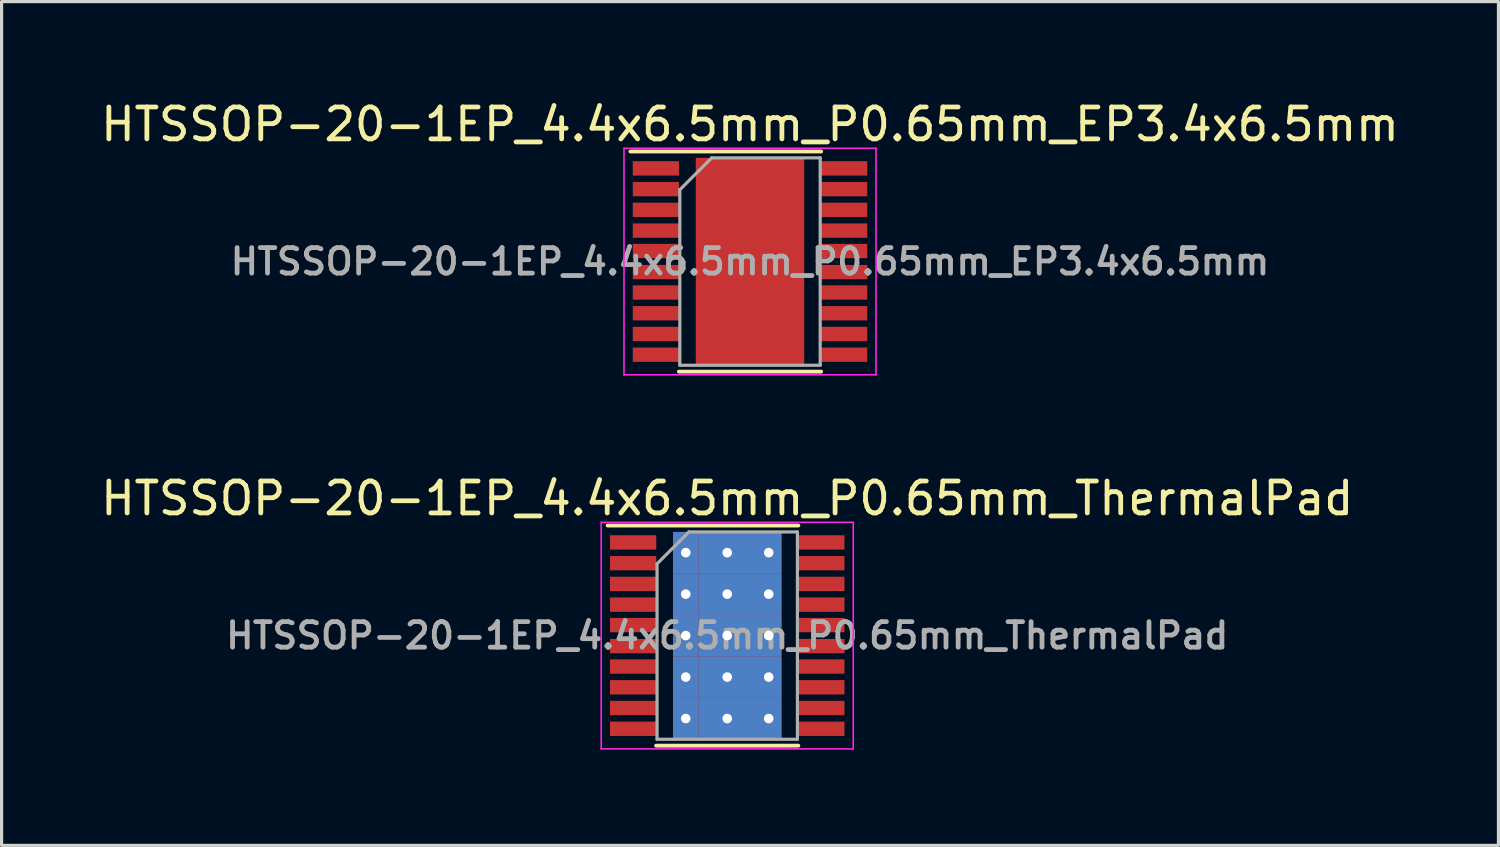
<source format=kicad_pcb>
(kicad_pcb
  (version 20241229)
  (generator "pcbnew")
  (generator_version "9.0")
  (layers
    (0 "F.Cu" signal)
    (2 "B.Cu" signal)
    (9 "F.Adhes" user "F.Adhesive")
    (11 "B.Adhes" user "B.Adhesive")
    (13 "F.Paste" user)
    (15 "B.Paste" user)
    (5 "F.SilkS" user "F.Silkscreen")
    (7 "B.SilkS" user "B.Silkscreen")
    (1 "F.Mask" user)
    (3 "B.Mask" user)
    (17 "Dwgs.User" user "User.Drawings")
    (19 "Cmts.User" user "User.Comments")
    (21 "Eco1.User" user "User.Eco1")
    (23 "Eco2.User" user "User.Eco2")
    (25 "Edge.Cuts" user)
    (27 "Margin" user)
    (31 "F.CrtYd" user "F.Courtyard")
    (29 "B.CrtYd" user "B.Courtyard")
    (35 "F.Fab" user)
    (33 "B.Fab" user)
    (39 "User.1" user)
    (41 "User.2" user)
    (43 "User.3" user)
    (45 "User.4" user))
  (footprint "HTSSOP-20-1EP_4.4x6.5mm_P0.65mm_EP3.4x6.5mm"
    (layer "F.Cu")
    (at 20.458 5.148)
    (property "Reference" "HTSSOP-20-1EP_4.4x6.5mm_P0.65mm_EP3.4x6.5mm" (at 0 -4.3 0) (layer "F.SilkS") (effects (font (size 1 1) (thickness 0.15))))
    (attr smd)
    (fp_line (start -3.75 -3.45) (end 2.23 -3.45) (stroke (width 0.12) (type solid)) (layer "F.SilkS"))
    (fp_line (start -2.23 3.45) (end 2.23 3.45) (stroke (width 0.12) (type solid)) (layer "F.SilkS"))
    (fp_line (start -3.95 -3.55) (end -3.95 3.55) (stroke (width 0.05) (type solid)) (layer "F.CrtYd"))
    (fp_line (start -3.95 -3.55) (end 3.95 -3.55) (stroke (width 0.05) (type solid)) (layer "F.CrtYd"))
    (fp_line (start -3.95 3.55) (end 3.95 3.55) (stroke (width 0.05) (type solid)) (layer "F.CrtYd"))
    (fp_line (start 3.95 -3.55) (end 3.95 3.55) (stroke (width 0.05) (type solid)) (layer "F.CrtYd"))
    (fp_line (start -2.2 -2.25) (end -1.2 -3.25) (stroke (width 0.1) (type solid)) (layer "F.Fab"))
    (fp_line (start -2.2 3.25) (end -2.2 -2.25) (stroke (width 0.1) (type solid)) (layer "F.Fab"))
    (fp_line (start -1.2 -3.25) (end 2.2 -3.25) (stroke (width 0.1) (type solid)) (layer "F.Fab"))
    (fp_line (start 2.2 -3.25) (end 2.2 3.25) (stroke (width 0.1) (type solid)) (layer "F.Fab"))
    (fp_line (start 2.2 3.25) (end -2.2 3.25) (stroke (width 0.1) (type solid)) (layer "F.Fab"))
    (fp_text user "${REFERENCE}" (at 0 0 0) (layer "F.Fab") (effects (font (size 0.8 0.8) (thickness 0.15))))
    (pad "" smd rect (at -0.85 -2.438) (size 1.4 1.325) (layers "F.Paste"))
    (pad "" smd rect (at -0.85 -0.812) (size 1.4 1.325) (layers "F.Paste"))
    (pad "" smd rect (at -0.85 0.812) (size 1.4 1.325) (layers "F.Paste"))
    (pad "" smd rect (at -0.85 2.438) (size 1.4 1.325) (layers "F.Paste"))
    (pad "" smd rect (at 0.85 -2.438) (size 1.4 1.325) (layers "F.Paste"))
    (pad "" smd rect (at 0.85 -0.812) (size 1.4 1.325) (layers "F.Paste"))
    (pad "" smd rect (at 0.85 0.812) (size 1.4 1.325) (layers "F.Paste"))
    (pad "" smd rect (at 0.85 2.438) (size 1.4 1.325) (layers "F.Paste"))
    (pad "1" smd rect (at -2.95 -2.92) (size 1.45 0.45) (layers "F.Cu" "F.Mask" "F.Paste"))
    (pad "2" smd rect (at -2.95 -2.27) (size 1.45 0.45) (layers "F.Cu" "F.Mask" "F.Paste"))
    (pad "3" smd rect (at -2.95 -1.62) (size 1.45 0.45) (layers "F.Cu" "F.Mask" "F.Paste"))
    (pad "4" smd rect (at -2.95 -0.97) (size 1.45 0.45) (layers "F.Cu" "F.Mask" "F.Paste"))
    (pad "5" smd rect (at -2.95 -0.33) (size 1.45 0.45) (layers "F.Cu" "F.Mask" "F.Paste"))
    (pad "6" smd rect (at -2.95 0.33) (size 1.45 0.45) (layers "F.Cu" "F.Mask" "F.Paste"))
    (pad "7" smd rect (at -2.95 0.97) (size 1.45 0.45) (layers "F.Cu" "F.Mask" "F.Paste"))
    (pad "8" smd rect (at -2.95 1.62) (size 1.45 0.45) (layers "F.Cu" "F.Mask" "F.Paste"))
    (pad "9" smd rect (at -2.95 2.27) (size 1.45 0.45) (layers "F.Cu" "F.Mask" "F.Paste"))
    (pad "10" smd rect (at -2.95 2.92) (size 1.45 0.45) (layers "F.Cu" "F.Mask" "F.Paste"))
    (pad "11" smd rect (at 2.95 2.92) (size 1.45 0.45) (layers "F.Cu" "F.Mask" "F.Paste"))
    (pad "12" smd rect (at 2.95 2.27) (size 1.45 0.45) (layers "F.Cu" "F.Mask" "F.Paste"))
    (pad "13" smd rect (at 2.95 1.62) (size 1.45 0.45) (layers "F.Cu" "F.Mask" "F.Paste"))
    (pad "14" smd rect (at 2.95 0.97) (size 1.45 0.45) (layers "F.Cu" "F.Mask" "F.Paste"))
    (pad "15" smd rect (at 2.95 0.33) (size 1.45 0.45) (layers "F.Cu" "F.Mask" "F.Paste"))
    (pad "16" smd rect (at 2.95 -0.33) (size 1.45 0.45) (layers "F.Cu" "F.Mask" "F.Paste"))
    (pad "17" smd rect (at 2.95 -0.97) (size 1.45 0.45) (layers "F.Cu" "F.Mask" "F.Paste"))
    (pad "18" smd rect (at 2.95 -1.62) (size 1.45 0.45) (layers "F.Cu" "F.Mask" "F.Paste"))
    (pad "19" smd rect (at 2.95 -2.27) (size 1.45 0.45) (layers "F.Cu" "F.Mask" "F.Paste"))
    (pad "20" smd rect (at 2.95 -2.92) (size 1.45 0.45) (layers "F.Cu" "F.Mask" "F.Paste"))
    (pad "21" smd rect (at 0 0) (size 3.4 6.5) (layers "F.Cu" "F.Mask")))
  (footprint "HTSSOP-20-1EP_4.4x6.5mm_P0.65mm_ThermalPad"
    (layer "F.Cu")
    (at 19.744 16.872)
    (property "Reference" "HTSSOP-20-1EP_4.4x6.5mm_P0.65mm_ThermalPad" (at 0 -4.3 0) (layer "F.SilkS") (effects (font (size 1 1) (thickness 0.15))))
    (attr smd)
    (fp_line (start -3.75 -3.45) (end 2.23 -3.45) (stroke (width 0.12) (type solid)) (layer "F.SilkS"))
    (fp_line (start -2.23 3.45) (end 2.23 3.45) (stroke (width 0.12) (type solid)) (layer "F.SilkS"))
    (fp_line (start -3.95 -3.55) (end -3.95 3.55) (stroke (width 0.05) (type solid)) (layer "F.CrtYd"))
    (fp_line (start -3.95 -3.55) (end 3.95 -3.55) (stroke (width 0.05) (type solid)) (layer "F.CrtYd"))
    (fp_line (start -3.95 3.55) (end 3.95 3.55) (stroke (width 0.05) (type solid)) (layer "F.CrtYd"))
    (fp_line (start 3.95 -3.55) (end 3.95 3.55) (stroke (width 0.05) (type solid)) (layer "F.CrtYd"))
    (fp_line (start -2.2 -2.25) (end -1.2 -3.25) (stroke (width 0.1) (type solid)) (layer "F.Fab"))
    (fp_line (start -2.2 3.25) (end -2.2 -2.25) (stroke (width 0.1) (type solid)) (layer "F.Fab"))
    (fp_line (start -1.2 -3.25) (end 2.2 -3.25) (stroke (width 0.1) (type solid)) (layer "F.Fab"))
    (fp_line (start 2.2 -3.25) (end 2.2 3.25) (stroke (width 0.1) (type solid)) (layer "F.Fab"))
    (fp_line (start 2.2 3.25) (end -2.2 3.25) (stroke (width 0.1) (type solid)) (layer "F.Fab"))
    (fp_text user "${REFERENCE}" (at 0 0 0) (layer "F.Fab") (effects (font (size 0.8 0.8) (thickness 0.15))))
    (pad "1" smd rect (at -2.95 -2.92) (size 1.45 0.45) (layers "F.Cu" "F.Mask" "F.Paste"))
    (pad "2" smd rect (at -2.95 -2.27) (size 1.45 0.45) (layers "F.Cu" "F.Mask" "F.Paste"))
    (pad "3" smd rect (at -2.95 -1.62) (size 1.45 0.45) (layers "F.Cu" "F.Mask" "F.Paste"))
    (pad "4" smd rect (at -2.95 -0.97) (size 1.45 0.45) (layers "F.Cu" "F.Mask" "F.Paste"))
    (pad "5" smd rect (at -2.95 -0.33) (size 1.45 0.45) (layers "F.Cu" "F.Mask" "F.Paste"))
    (pad "6" smd rect (at -2.95 0.33) (size 1.45 0.45) (layers "F.Cu" "F.Mask" "F.Paste"))
    (pad "7" smd rect (at -2.95 0.97) (size 1.45 0.45) (layers "F.Cu" "F.Mask" "F.Paste"))
    (pad "8" smd rect (at -2.95 1.62) (size 1.45 0.45) (layers "F.Cu" "F.Mask" "F.Paste"))
    (pad "9" smd rect (at -2.95 2.27) (size 1.45 0.45) (layers "F.Cu" "F.Mask" "F.Paste"))
    (pad "10" smd rect (at -2.95 2.92) (size 1.45 0.45) (layers "F.Cu" "F.Mask" "F.Paste"))
    (pad "11" smd rect (at 2.95 2.92) (size 1.45 0.45) (layers "F.Cu" "F.Mask" "F.Paste"))
    (pad "12" smd rect (at 2.95 2.27) (size 1.45 0.45) (layers "F.Cu" "F.Mask" "F.Paste"))
    (pad "13" smd rect (at 2.95 1.62) (size 1.45 0.45) (layers "F.Cu" "F.Mask" "F.Paste"))
    (pad "14" smd rect (at 2.95 0.97) (size 1.45 0.45) (layers "F.Cu" "F.Mask" "F.Paste"))
    (pad "15" smd rect (at 2.95 0.33) (size 1.45 0.45) (layers "F.Cu" "F.Mask" "F.Paste"))
    (pad "16" smd rect (at 2.95 -0.33) (size 1.45 0.45) (layers "F.Cu" "F.Mask" "F.Paste"))
    (pad "17" smd rect (at 2.95 -0.97) (size 1.45 0.45) (layers "F.Cu" "F.Mask" "F.Paste"))
    (pad "18" smd rect (at 2.95 -1.62) (size 1.45 0.45) (layers "F.Cu" "F.Mask" "F.Paste"))
    (pad "19" smd rect (at 2.95 -2.27) (size 1.45 0.45) (layers "F.Cu" "F.Mask" "F.Paste"))
    (pad "20" smd rect (at 2.95 -2.92) (size 1.45 0.45) (layers "F.Cu" "F.Mask" "F.Paste"))
    (pad "21" thru_hole rect (at -1.3 -2.6) (size 0.8 1.3) (drill 0.3) (layers "*.Cu" "*.Mask"))
    (pad "21" thru_hole rect (at -1.3 -1.3) (size 0.8 1.3) (drill 0.3) (layers "*.Cu" "*.Mask"))
    (pad "21" thru_hole rect (at -1.3 0) (size 0.8 1.3) (drill 0.3) (layers "*.Cu" "*.Mask"))
    (pad "21" thru_hole rect (at -1.3 1.3) (size 0.8 1.3) (drill 0.3) (layers "*.Cu" "*.Mask"))
    (pad "21" thru_hole rect (at -1.3 2.6) (size 0.8 1.3) (drill 0.3) (layers "*.Cu" "*.Mask"))
    (pad "21" thru_hole rect (at 0 -2.6) (size 1.8 1.3) (drill 0.3) (layers "*.Cu" "*.Mask"))
    (pad "21" thru_hole rect (at 0 -1.3) (size 1.8 1.3) (drill 0.3) (layers "*.Cu" "*.Mask"))
    (pad "21" thru_hole rect (at 0 0) (size 1.8 1.3) (drill 0.3) (layers "*.Cu" "*.Mask"))
    (pad "21" thru_hole rect (at 0 1.3) (size 1.8 1.3) (drill 0.3) (layers "*.Cu" "*.Mask"))
    (pad "21" thru_hole rect (at 0 2.6) (size 1.8 1.3) (drill 0.3) (layers "*.Cu" "*.Mask"))
    (pad "21" thru_hole rect (at 1.3 -2.6) (size 0.8 1.3) (drill 0.3) (layers "*.Cu" "*.Mask"))
    (pad "21" thru_hole rect (at 1.3 -1.3) (size 0.8 1.3) (drill 0.3) (layers "*.Cu" "*.Mask"))
    (pad "21" thru_hole rect (at 1.3 0) (size 0.8 1.3) (drill 0.3) (layers "*.Cu" "*.Mask"))
    (pad "21" thru_hole rect (at 1.3 1.3) (size 0.8 1.3) (drill 0.3) (layers "*.Cu" "*.Mask"))
    (pad "21" thru_hole rect (at 1.3 2.6) (size 0.8 1.3) (drill 0.3) (layers "*.Cu" "*.Mask")))
  (gr_rect
    (start -3 -3)
    (end 43.917 23.447)
    (stroke (width 0.1) (type default))
    (fill no)
    (layer "Edge.Cuts")))
</source>
